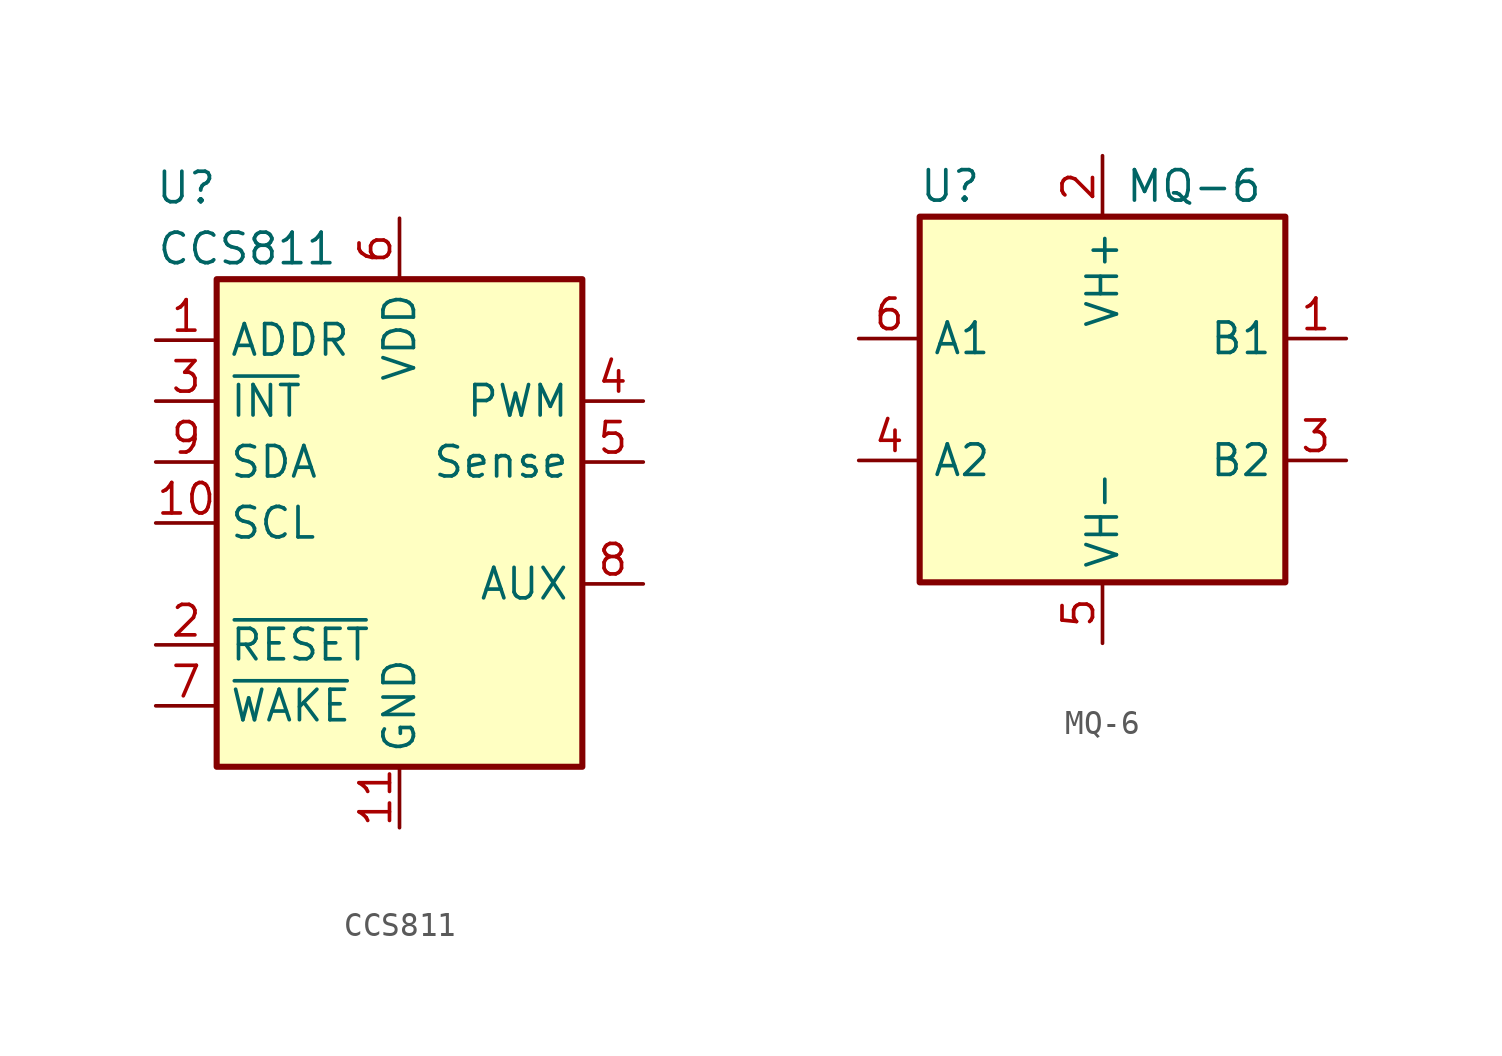
<source format=kicad_sym>
(kicad_symbol_lib
  (version 20200126)
  (host kicad_symbol_editor "(5.99.0-2415-gbbdd3fce7)")
  (symbol "Sensor_Gas:CCS811"
    (pin_names
      (offset 0.508))
    (property "Reference" "U"
      (at -8.89 13.97 0)
      (effects (font (size 1.27 1.27))))
    (property "Value" "CCS811"
      (at -6.35 11.43 0)
      (effects (font (size 1.27 1.27))))
    (symbol "CCS811_0_1"
      (rectangle (start -7.62 10.16) (end 7.62 -10.16) (stroke (width 0.254)) (fill (type background))))
    (symbol "CCS811_1_1"
      (pin input line (at -10.16 7.62 0) (length 2.54) (name "ADDR" (effects (font (size 1.27 1.27)))) (number "1" (effects (font (size 1.27 1.27)))))
      (pin input line (at -10.16 0 0) (length 2.54) (name "SCL" (effects (font (size 1.27 1.27)))) (number "10" (effects (font (size 1.27 1.27)))))
      (pin power_in line (at 0 -12.7 90) (length 2.54) (name "GND" (effects (font (size 1.27 1.27)))) (number "11" (effects (font (size 1.27 1.27)))))
      (pin input line (at -10.16 -5.08 0) (length 2.54) (name "~RESET" (effects (font (size 1.27 1.27)))) (number "2" (effects (font (size 1.27 1.27)))))
      (pin output line (at -10.16 5.08 0) (length 2.54) (name "~INT" (effects (font (size 1.27 1.27)))) (number "3" (effects (font (size 1.27 1.27)))))
      (pin output line (at 10.16 5.08 180) (length 2.54) (name "PWM" (effects (font (size 1.27 1.27)))) (number "4" (effects (font (size 1.27 1.27)))))
      (pin bidirectional line (at 10.16 2.54 180) (length 2.54) (name "Sense" (effects (font (size 1.27 1.27)))) (number "5" (effects (font (size 1.27 1.27)))))
      (pin power_in line (at 0 12.7 270) (length 2.54) (name "VDD" (effects (font (size 1.27 1.27)))) (number "6" (effects (font (size 1.27 1.27)))))
      (pin input line (at -10.16 -7.62 0) (length 2.54) (name "~WAKE" (effects (font (size 1.27 1.27)))) (number "7" (effects (font (size 1.27 1.27)))))
      (pin input line (at 10.16 -2.54 180) (length 2.54) (name "AUX" (effects (font (size 1.27 1.27)))) (number "8" (effects (font (size 1.27 1.27)))))
      (pin bidirectional line (at -10.16 2.54 0) (length 2.54) (name "SDA" (effects (font (size 1.27 1.27)))) (number "9" (effects (font (size 1.27 1.27)))))))
  (symbol "Sensor_Gas:MQ-6"
    (pin_names
      (offset 0.508))
    (property "Reference" "U"
      (at -6.35 8.89 0)
      (effects (font (size 1.27 1.27))))
    (property "Value" "MQ-6"
      (at 3.81 8.89 0)
      (effects (font (size 1.27 1.27))))
    (symbol "MQ-6_0_1"
      (rectangle (start -7.62 7.62) (end 7.62 -7.62) (stroke (width 0.254)) (fill (type background))))
    (symbol "MQ-6_1_1"
      (pin passive line (at 10.16 2.54 180) (length 2.54) (name "B1" (effects (font (size 1.27 1.27)))) (number "1" (effects (font (size 1.27 1.27)))))
      (pin power_in line (at 0 10.16 270) (length 2.54) (name "VH+" (effects (font (size 1.27 1.27)))) (number "2" (effects (font (size 1.27 1.27)))))
      (pin passive line (at 10.16 -2.54 180) (length 2.54) (name "B2" (effects (font (size 1.27 1.27)))) (number "3" (effects (font (size 1.27 1.27)))))
      (pin passive line (at -10.16 -2.54 0) (length 2.54) (name "A2" (effects (font (size 1.27 1.27)))) (number "4" (effects (font (size 1.27 1.27)))))
      (pin power_in line (at 0 -10.16 90) (length 2.54) (name "VH-" (effects (font (size 1.27 1.27)))) (number "5" (effects (font (size 1.27 1.27)))))
      (pin passive line (at -10.16 2.54 0) (length 2.54) (name "A1" (effects (font (size 1.27 1.27)))) (number "6" (effects (font (size 1.27 1.27))))))))
</source>
